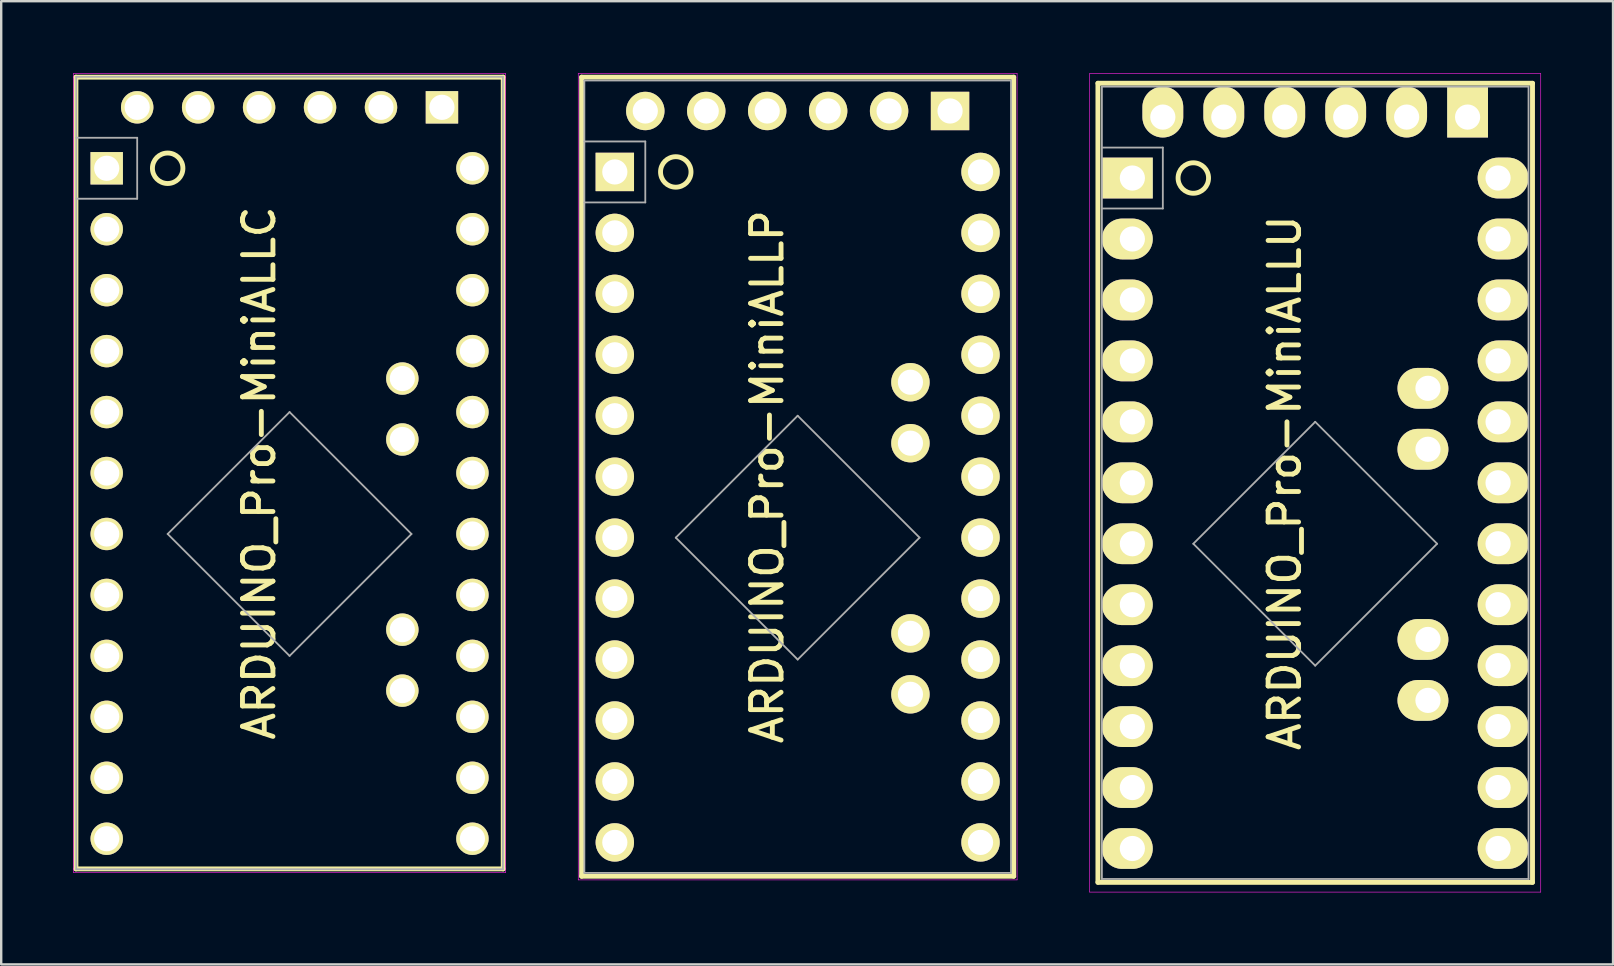
<source format=kicad_pcb>
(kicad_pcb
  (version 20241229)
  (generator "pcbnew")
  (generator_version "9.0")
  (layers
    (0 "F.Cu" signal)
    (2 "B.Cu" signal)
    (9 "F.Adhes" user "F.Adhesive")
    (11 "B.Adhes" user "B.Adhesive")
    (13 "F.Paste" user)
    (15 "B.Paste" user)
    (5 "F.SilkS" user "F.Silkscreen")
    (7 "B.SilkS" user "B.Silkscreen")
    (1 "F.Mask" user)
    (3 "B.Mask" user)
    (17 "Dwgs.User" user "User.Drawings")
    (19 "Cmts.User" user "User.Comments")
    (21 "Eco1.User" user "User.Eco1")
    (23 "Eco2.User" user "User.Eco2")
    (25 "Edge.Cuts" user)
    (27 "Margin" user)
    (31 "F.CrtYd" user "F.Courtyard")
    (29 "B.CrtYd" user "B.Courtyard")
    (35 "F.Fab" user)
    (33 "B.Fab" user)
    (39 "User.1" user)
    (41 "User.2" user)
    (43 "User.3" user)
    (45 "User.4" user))
  (footprint "ARDUINO_Pro-MiniALLP"
    (layer "F.Cu")
    (at 30.191 16.815)
    (property "Reference" "ARDUINO_Pro-MiniALLP" (at -1.27 0 90) (layer "F.SilkS") (effects (font (size 1.27 1.27) (thickness 0.203))))
    (attr through_hole)
    (fp_line (start -9.004 -16.65) (end 9.004 -16.65) (stroke (width 0.203) (type solid)) (layer "F.SilkS"))
    (fp_line (start -9.004 16.65) (end -9.004 -16.65) (stroke (width 0.203) (type solid)) (layer "F.SilkS"))
    (fp_line (start 9.004 -16.65) (end 9.004 16.65) (stroke (width 0.203) (type solid)) (layer "F.SilkS"))
    (fp_line (start 9.004 16.65) (end -9.004 16.65) (stroke (width 0.203) (type solid)) (layer "F.SilkS"))
    (fp_circle (center -5.08 -12.7) (end -4.445 -12.7) (stroke (width 0.203) (type solid)) (fill no) (layer "F.SilkS"))
    (fp_line (start -9.144 -16.802) (end 9.144 -16.802) (stroke (width 0.025) (type solid)) (layer "F.CrtYd"))
    (fp_line (start -9.144 16.802) (end -9.144 -16.802) (stroke (width 0.025) (type solid)) (layer "F.CrtYd"))
    (fp_line (start 9.144 -16.802) (end 9.144 16.802) (stroke (width 0.025) (type solid)) (layer "F.CrtYd"))
    (fp_line (start 9.144 16.802) (end -9.144 16.802) (stroke (width 0.025) (type solid)) (layer "F.CrtYd"))
    (fp_line (start -8.89 -16.51) (end 8.89 -16.51) (stroke (width 0.076) (type solid)) (layer "F.Fab"))
    (fp_line (start -8.89 -13.97) (end -6.35 -13.97) (stroke (width 0.076) (type solid)) (layer "F.Fab"))
    (fp_line (start -8.89 16.51) (end -8.89 -16.51) (stroke (width 0.076) (type solid)) (layer "F.Fab"))
    (fp_line (start -6.35 -13.97) (end -6.35 -11.43) (stroke (width 0.076) (type solid)) (layer "F.Fab"))
    (fp_line (start -6.35 -11.43) (end -8.89 -11.43) (stroke (width 0.076) (type solid)) (layer "F.Fab"))
    (fp_line (start -5.08 2.54) (end 0 7.62) (stroke (width 0.076) (type solid)) (layer "F.Fab"))
    (fp_line (start 0 -2.54) (end -5.08 2.54) (stroke (width 0.076) (type solid)) (layer "F.Fab"))
    (fp_line (start 0 7.62) (end 5.08 2.54) (stroke (width 0.076) (type solid)) (layer "F.Fab"))
    (fp_line (start 5.08 2.54) (end 0 -2.54) (stroke (width 0.076) (type solid)) (layer "F.Fab"))
    (fp_line (start 8.89 -16.51) (end 8.89 16.51) (stroke (width 0.076) (type solid)) (layer "F.Fab"))
    (fp_line (start 8.89 16.51) (end -8.89 16.51) (stroke (width 0.076) (type solid)) (layer "F.Fab"))
    (pad "1" thru_hole rect (at -7.62 -12.7) (size 1.6 1.6) (drill 1.05) (layers "*.Cu" "*.Mask" "F.SilkS"))
    (pad "2" thru_hole circle (at -7.62 -10.16) (size 1.6 1.6) (drill 1.05) (layers "*.Cu" "*.Mask" "F.SilkS"))
    (pad "3" thru_hole circle (at -7.62 -7.62) (size 1.6 1.6) (drill 1.05) (layers "*.Cu" "*.Mask" "F.SilkS"))
    (pad "4" thru_hole circle (at -7.62 -5.08) (size 1.6 1.6) (drill 1.05) (layers "*.Cu" "*.Mask" "F.SilkS"))
    (pad "5" thru_hole circle (at -7.62 -2.54) (size 1.6 1.6) (drill 1.05) (layers "*.Cu" "*.Mask" "F.SilkS"))
    (pad "6" thru_hole circle (at -7.62 0) (size 1.6 1.6) (drill 1.05) (layers "*.Cu" "*.Mask" "F.SilkS"))
    (pad "7" thru_hole circle (at -7.62 2.54) (size 1.6 1.6) (drill 1.05) (layers "*.Cu" "*.Mask" "F.SilkS"))
    (pad "8" thru_hole circle (at -7.62 5.08) (size 1.6 1.6) (drill 1.05) (layers "*.Cu" "*.Mask" "F.SilkS"))
    (pad "9" thru_hole circle (at -7.62 7.62) (size 1.6 1.6) (drill 1.05) (layers "*.Cu" "*.Mask" "F.SilkS"))
    (pad "10" thru_hole circle (at -7.62 10.16) (size 1.6 1.6) (drill 1.05) (layers "*.Cu" "*.Mask" "F.SilkS"))
    (pad "11" thru_hole circle (at -7.62 12.7) (size 1.6 1.6) (drill 1.05) (layers "*.Cu" "*.Mask" "F.SilkS"))
    (pad "12" thru_hole circle (at -7.62 15.24) (size 1.6 1.6) (drill 1.05) (layers "*.Cu" "*.Mask" "F.SilkS"))
    (pad "13" thru_hole circle (at 7.62 15.24) (size 1.6 1.6) (drill 1.05) (layers "*.Cu" "*.Mask" "F.SilkS"))
    (pad "14" thru_hole circle (at 7.62 12.7) (size 1.6 1.6) (drill 1.05) (layers "*.Cu" "*.Mask" "F.SilkS"))
    (pad "15" thru_hole circle (at 7.62 10.16) (size 1.6 1.6) (drill 1.05) (layers "*.Cu" "*.Mask" "F.SilkS"))
    (pad "16" thru_hole circle (at 7.62 7.62) (size 1.6 1.6) (drill 1.05) (layers "*.Cu" "*.Mask" "F.SilkS"))
    (pad "17" thru_hole circle (at 7.62 5.08) (size 1.6 1.6) (drill 1.05) (layers "*.Cu" "*.Mask" "F.SilkS"))
    (pad "18" thru_hole circle (at 7.62 2.54) (size 1.6 1.6) (drill 1.05) (layers "*.Cu" "*.Mask" "F.SilkS"))
    (pad "19" thru_hole circle (at 7.62 0) (size 1.6 1.6) (drill 1.05) (layers "*.Cu" "*.Mask" "F.SilkS"))
    (pad "20" thru_hole circle (at 7.62 -2.54) (size 1.6 1.6) (drill 1.05) (layers "*.Cu" "*.Mask" "F.SilkS"))
    (pad "21" thru_hole circle (at 7.62 -5.08) (size 1.6 1.6) (drill 1.05) (layers "*.Cu" "*.Mask" "F.SilkS"))
    (pad "22" thru_hole circle (at 7.62 -7.62) (size 1.6 1.6) (drill 1.05) (layers "*.Cu" "*.Mask" "F.SilkS"))
    (pad "23" thru_hole circle (at 7.62 -10.16) (size 1.6 1.6) (drill 1.05) (layers "*.Cu" "*.Mask" "F.SilkS"))
    (pad "24" thru_hole circle (at 7.62 -12.7) (size 1.6 1.6) (drill 1.05) (layers "*.Cu" "*.Mask" "F.SilkS"))
    (pad "A4" thru_hole circle (at 4.699 -1.397) (size 1.6 1.6) (drill 1.05) (layers "*.Cu" "*.Mask" "F.SilkS"))
    (pad "A5" thru_hole circle (at 4.699 -3.937) (size 1.6 1.6) (drill 1.05) (layers "*.Cu" "*.Mask" "F.SilkS"))
    (pad "A6" thru_hole circle (at 4.699 9.068) (size 1.6 1.6) (drill 1.05) (layers "*.Cu" "*.Mask" "F.SilkS"))
    (pad "A7" thru_hole circle (at 4.699 6.528) (size 1.6 1.6) (drill 1.05) (layers "*.Cu" "*.Mask" "F.SilkS"))
    (pad "PRG1" thru_hole rect (at 6.35 -15.24) (size 1.6 1.6) (drill 1.05) (layers "*.Cu" "*.Mask" "F.SilkS"))
    (pad "PRG2" thru_hole circle (at 3.81 -15.24) (size 1.6 1.6) (drill 1.05) (layers "*.Cu" "*.Mask" "F.SilkS"))
    (pad "PRG3" thru_hole circle (at 1.27 -15.24) (size 1.6 1.6) (drill 1.05) (layers "*.Cu" "*.Mask" "F.SilkS"))
    (pad "PRG4" thru_hole circle (at -1.27 -15.24) (size 1.6 1.6) (drill 1.05) (layers "*.Cu" "*.Mask" "F.SilkS"))
    (pad "PRG5" thru_hole circle (at -3.81 -15.24) (size 1.6 1.6) (drill 1.05) (layers "*.Cu" "*.Mask" "F.SilkS"))
    (pad "PRG6" thru_hole circle (at -6.35 -15.24) (size 1.6 1.6) (drill 1.05) (layers "*.Cu" "*.Mask" "F.SilkS")))
  (footprint "ARDUINO_Pro-MiniALLC"
    (layer "F.Cu")
    (at 9.017 16.662)
    (property "Reference" "ARDUINO_Pro-MiniALLC" (at -1.27 0 90) (layer "F.SilkS") (effects (font (size 1.27 1.27) (thickness 0.203))))
    (attr through_hole)
    (fp_line (start -8.903 -16.497) (end 8.903 -16.497) (stroke (width 0.203) (type solid)) (layer "F.SilkS"))
    (fp_line (start -8.903 16.497) (end -8.903 -16.497) (stroke (width 0.203) (type solid)) (layer "F.SilkS"))
    (fp_line (start 8.903 -16.497) (end 8.903 16.497) (stroke (width 0.203) (type solid)) (layer "F.SilkS"))
    (fp_line (start 8.903 16.497) (end -8.903 16.497) (stroke (width 0.203) (type solid)) (layer "F.SilkS"))
    (fp_circle (center -5.08 -12.7) (end -4.445 -12.7) (stroke (width 0.203) (type solid)) (fill no) (layer "F.SilkS"))
    (fp_line (start -9.004 -16.65) (end 9.004 -16.65) (stroke (width 0.025) (type solid)) (layer "F.CrtYd"))
    (fp_line (start -9.004 16.65) (end -9.004 -16.65) (stroke (width 0.025) (type solid)) (layer "F.CrtYd"))
    (fp_line (start 9.004 -16.65) (end 9.004 16.65) (stroke (width 0.025) (type solid)) (layer "F.CrtYd"))
    (fp_line (start 9.004 16.65) (end -9.004 16.65) (stroke (width 0.025) (type solid)) (layer "F.CrtYd"))
    (fp_line (start -8.89 -16.51) (end 8.89 -16.51) (stroke (width 0.076) (type solid)) (layer "F.Fab"))
    (fp_line (start -8.89 -13.97) (end -6.35 -13.97) (stroke (width 0.076) (type solid)) (layer "F.Fab"))
    (fp_line (start -8.89 16.51) (end -8.89 -16.51) (stroke (width 0.076) (type solid)) (layer "F.Fab"))
    (fp_line (start -6.35 -13.97) (end -6.35 -11.43) (stroke (width 0.076) (type solid)) (layer "F.Fab"))
    (fp_line (start -6.35 -11.43) (end -8.89 -11.43) (stroke (width 0.076) (type solid)) (layer "F.Fab"))
    (fp_line (start -5.08 2.54) (end 0 7.62) (stroke (width 0.076) (type solid)) (layer "F.Fab"))
    (fp_line (start 0 -2.54) (end -5.08 2.54) (stroke (width 0.076) (type solid)) (layer "F.Fab"))
    (fp_line (start 0 7.62) (end 5.08 2.54) (stroke (width 0.076) (type solid)) (layer "F.Fab"))
    (fp_line (start 5.08 2.54) (end 0 -2.54) (stroke (width 0.076) (type solid)) (layer "F.Fab"))
    (fp_line (start 8.89 -16.51) (end 8.89 16.51) (stroke (width 0.076) (type solid)) (layer "F.Fab"))
    (fp_line (start 8.89 16.51) (end -8.89 16.51) (stroke (width 0.076) (type solid)) (layer "F.Fab"))
    (pad "1" thru_hole rect (at -7.62 -12.7) (size 1.35 1.35) (drill 1.05) (layers "*.Cu" "*.Mask" "F.SilkS"))
    (pad "2" thru_hole circle (at -7.62 -10.16) (size 1.35 1.35) (drill 1.05) (layers "*.Cu" "*.Mask" "F.SilkS"))
    (pad "3" thru_hole circle (at -7.62 -7.62) (size 1.35 1.35) (drill 1.05) (layers "*.Cu" "*.Mask" "F.SilkS"))
    (pad "4" thru_hole circle (at -7.62 -5.08) (size 1.35 1.35) (drill 1.05) (layers "*.Cu" "*.Mask" "F.SilkS"))
    (pad "5" thru_hole circle (at -7.62 -2.54) (size 1.35 1.35) (drill 1.05) (layers "*.Cu" "*.Mask" "F.SilkS"))
    (pad "6" thru_hole circle (at -7.62 0) (size 1.35 1.35) (drill 1.05) (layers "*.Cu" "*.Mask" "F.SilkS"))
    (pad "7" thru_hole circle (at -7.62 2.54) (size 1.35 1.35) (drill 1.05) (layers "*.Cu" "*.Mask" "F.SilkS"))
    (pad "8" thru_hole circle (at -7.62 5.08) (size 1.35 1.35) (drill 1.05) (layers "*.Cu" "*.Mask" "F.SilkS"))
    (pad "9" thru_hole circle (at -7.62 7.62) (size 1.35 1.35) (drill 1.05) (layers "*.Cu" "*.Mask" "F.SilkS"))
    (pad "10" thru_hole circle (at -7.62 10.16) (size 1.35 1.35) (drill 1.05) (layers "*.Cu" "*.Mask" "F.SilkS"))
    (pad "11" thru_hole circle (at -7.62 12.7) (size 1.35 1.35) (drill 1.05) (layers "*.Cu" "*.Mask" "F.SilkS"))
    (pad "12" thru_hole circle (at -7.62 15.24) (size 1.35 1.35) (drill 1.05) (layers "*.Cu" "*.Mask" "F.SilkS"))
    (pad "13" thru_hole circle (at 7.62 15.24) (size 1.35 1.35) (drill 1.05) (layers "*.Cu" "*.Mask" "F.SilkS"))
    (pad "14" thru_hole circle (at 7.62 12.7) (size 1.35 1.35) (drill 1.05) (layers "*.Cu" "*.Mask" "F.SilkS"))
    (pad "15" thru_hole circle (at 7.62 10.16) (size 1.35 1.35) (drill 1.05) (layers "*.Cu" "*.Mask" "F.SilkS"))
    (pad "16" thru_hole circle (at 7.62 7.62) (size 1.35 1.35) (drill 1.05) (layers "*.Cu" "*.Mask" "F.SilkS"))
    (pad "17" thru_hole circle (at 7.62 5.08) (size 1.35 1.35) (drill 1.05) (layers "*.Cu" "*.Mask" "F.SilkS"))
    (pad "18" thru_hole circle (at 7.62 2.54) (size 1.35 1.35) (drill 1.05) (layers "*.Cu" "*.Mask" "F.SilkS"))
    (pad "19" thru_hole circle (at 7.62 0) (size 1.35 1.35) (drill 1.05) (layers "*.Cu" "*.Mask" "F.SilkS"))
    (pad "20" thru_hole circle (at 7.62 -2.54) (size 1.35 1.35) (drill 1.05) (layers "*.Cu" "*.Mask" "F.SilkS"))
    (pad "21" thru_hole circle (at 7.62 -5.08) (size 1.35 1.35) (drill 1.05) (layers "*.Cu" "*.Mask" "F.SilkS"))
    (pad "22" thru_hole circle (at 7.62 -7.62) (size 1.35 1.35) (drill 1.05) (layers "*.Cu" "*.Mask" "F.SilkS"))
    (pad "23" thru_hole circle (at 7.62 -10.16) (size 1.35 1.35) (drill 1.05) (layers "*.Cu" "*.Mask" "F.SilkS"))
    (pad "24" thru_hole circle (at 7.62 -12.7) (size 1.35 1.35) (drill 1.05) (layers "*.Cu" "*.Mask" "F.SilkS"))
    (pad "A4" thru_hole circle (at 4.699 -1.397) (size 1.35 1.35) (drill 1.05) (layers "*.Cu" "*.Mask" "F.SilkS"))
    (pad "A5" thru_hole circle (at 4.699 -3.937) (size 1.35 1.35) (drill 1.05) (layers "*.Cu" "*.Mask" "F.SilkS"))
    (pad "A6" thru_hole circle (at 4.699 9.068) (size 1.35 1.35) (drill 1.05) (layers "*.Cu" "*.Mask" "F.SilkS"))
    (pad "A7" thru_hole circle (at 4.699 6.528) (size 1.35 1.35) (drill 1.05) (layers "*.Cu" "*.Mask" "F.SilkS"))
    (pad "PRG1" thru_hole rect (at 6.35 -15.24) (size 1.35 1.35) (drill 1.05) (layers "*.Cu" "*.Mask" "F.SilkS"))
    (pad "PRG2" thru_hole circle (at 3.81 -15.24) (size 1.35 1.35) (drill 1.05) (layers "*.Cu" "*.Mask" "F.SilkS"))
    (pad "PRG3" thru_hole circle (at 1.27 -15.24) (size 1.35 1.35) (drill 1.05) (layers "*.Cu" "*.Mask" "F.SilkS"))
    (pad "PRG4" thru_hole circle (at -1.27 -15.24) (size 1.35 1.35) (drill 1.05) (layers "*.Cu" "*.Mask" "F.SilkS"))
    (pad "PRG5" thru_hole circle (at -3.81 -15.24) (size 1.35 1.35) (drill 1.05) (layers "*.Cu" "*.Mask" "F.SilkS"))
    (pad "PRG6" thru_hole circle (at -6.35 -15.24) (size 1.35 1.35) (drill 1.05) (layers "*.Cu" "*.Mask" "F.SilkS")))
  (footprint "ARDUINO_Pro-MiniALLU"
    (layer "F.Cu")
    (at 51.758 17.069)
    (property "Reference" "ARDUINO_Pro-MiniALLU" (at -1.27 0 90) (layer "F.SilkS") (effects (font (size 1.27 1.27) (thickness 0.203))))
    (attr through_hole)
    (fp_line (start -9.055 -16.65) (end 9.055 -16.65) (stroke (width 0.203) (type solid)) (layer "F.SilkS"))
    (fp_line (start -9.055 16.65) (end -9.055 -16.65) (stroke (width 0.203) (type solid)) (layer "F.SilkS"))
    (fp_line (start 9.055 -16.65) (end 9.055 16.65) (stroke (width 0.203) (type solid)) (layer "F.SilkS"))
    (fp_line (start 9.055 16.65) (end -9.055 16.65) (stroke (width 0.203) (type solid)) (layer "F.SilkS"))
    (fp_circle (center -5.08 -12.7) (end -4.445 -12.7) (stroke (width 0.203) (type solid)) (fill no) (layer "F.SilkS"))
    (fp_line (start -9.398 -17.056) (end 9.398 -17.056) (stroke (width 0.025) (type solid)) (layer "F.CrtYd"))
    (fp_line (start -9.398 17.056) (end -9.398 -17.056) (stroke (width 0.025) (type solid)) (layer "F.CrtYd"))
    (fp_line (start 9.398 -17.056) (end 9.398 17.056) (stroke (width 0.025) (type solid)) (layer "F.CrtYd"))
    (fp_line (start 9.398 17.056) (end -9.398 17.056) (stroke (width 0.025) (type solid)) (layer "F.CrtYd"))
    (fp_line (start -8.89 -16.51) (end 8.89 -16.51) (stroke (width 0.076) (type solid)) (layer "F.Fab"))
    (fp_line (start -8.89 -13.97) (end -6.35 -13.97) (stroke (width 0.076) (type solid)) (layer "F.Fab"))
    (fp_line (start -8.89 16.51) (end -8.89 -16.51) (stroke (width 0.076) (type solid)) (layer "F.Fab"))
    (fp_line (start -6.35 -13.97) (end -6.35 -11.43) (stroke (width 0.076) (type solid)) (layer "F.Fab"))
    (fp_line (start -6.35 -11.43) (end -8.89 -11.43) (stroke (width 0.076) (type solid)) (layer "F.Fab"))
    (fp_line (start -5.08 2.54) (end 0 7.62) (stroke (width 0.076) (type solid)) (layer "F.Fab"))
    (fp_line (start 0 -2.54) (end -5.08 2.54) (stroke (width 0.076) (type solid)) (layer "F.Fab"))
    (fp_line (start 0 7.62) (end 5.08 2.54) (stroke (width 0.076) (type solid)) (layer "F.Fab"))
    (fp_line (start 5.08 2.54) (end 0 -2.54) (stroke (width 0.076) (type solid)) (layer "F.Fab"))
    (fp_line (start 8.89 -16.51) (end 8.89 16.51) (stroke (width 0.076) (type solid)) (layer "F.Fab"))
    (fp_line (start 8.89 16.51) (end -8.89 16.51) (stroke (width 0.076) (type solid)) (layer "F.Fab"))
    (pad "1" thru_hole rect (at -7.62 -12.7 180) (size 2.12 1.7) (drill 1.05 (offset 0.21 0)) (layers "*.Cu" "*.Mask" "F.SilkS"))
    (pad "2" thru_hole oval (at -7.62 -10.16 180) (size 2.12 1.7) (drill 1.05 (offset 0.21 0)) (layers "*.Cu" "*.Mask" "F.SilkS"))
    (pad "3" thru_hole oval (at -7.62 -7.62 180) (size 2.12 1.7) (drill 1.05 (offset 0.21 0)) (layers "*.Cu" "*.Mask" "F.SilkS"))
    (pad "4" thru_hole oval (at -7.62 -5.08 180) (size 2.12 1.7) (drill 1.05 (offset 0.21 0)) (layers "*.Cu" "*.Mask" "F.SilkS"))
    (pad "5" thru_hole oval (at -7.62 -2.54 180) (size 2.12 1.7) (drill 1.05 (offset 0.21 0)) (layers "*.Cu" "*.Mask" "F.SilkS"))
    (pad "6" thru_hole oval (at -7.62 0 180) (size 2.12 1.7) (drill 1.05 (offset 0.21 0)) (layers "*.Cu" "*.Mask" "F.SilkS"))
    (pad "7" thru_hole oval (at -7.62 2.54 180) (size 2.12 1.7) (drill 1.05 (offset 0.21 0)) (layers "*.Cu" "*.Mask" "F.SilkS"))
    (pad "8" thru_hole oval (at -7.62 5.08 180) (size 2.12 1.7) (drill 1.05 (offset 0.21 0)) (layers "*.Cu" "*.Mask" "F.SilkS"))
    (pad "9" thru_hole oval (at -7.62 7.62 180) (size 2.12 1.7) (drill 1.05 (offset 0.21 0)) (layers "*.Cu" "*.Mask" "F.SilkS"))
    (pad "10" thru_hole oval (at -7.62 10.16 180) (size 2.12 1.7) (drill 1.05 (offset 0.21 0)) (layers "*.Cu" "*.Mask" "F.SilkS"))
    (pad "11" thru_hole oval (at -7.62 12.7 180) (size 2.12 1.7) (drill 1.05 (offset 0.21 0)) (layers "*.Cu" "*.Mask" "F.SilkS"))
    (pad "12" thru_hole oval (at -7.62 15.24 180) (size 2.12 1.7) (drill 1.05 (offset 0.21 0)) (layers "*.Cu" "*.Mask" "F.SilkS"))
    (pad "13" thru_hole oval (at 7.62 15.24) (size 2.12 1.7) (drill 1.05 (offset 0.21 0)) (layers "*.Cu" "*.Mask" "F.SilkS"))
    (pad "14" thru_hole oval (at 7.62 12.7) (size 2.12 1.7) (drill 1.05 (offset 0.21 0)) (layers "*.Cu" "*.Mask" "F.SilkS"))
    (pad "15" thru_hole oval (at 7.62 10.16) (size 2.12 1.7) (drill 1.05 (offset 0.21 0)) (layers "*.Cu" "*.Mask" "F.SilkS"))
    (pad "16" thru_hole oval (at 7.62 7.62) (size 2.12 1.7) (drill 1.05 (offset 0.21 0)) (layers "*.Cu" "*.Mask" "F.SilkS"))
    (pad "17" thru_hole oval (at 7.62 5.08) (size 2.12 1.7) (drill 1.05 (offset 0.21 0)) (layers "*.Cu" "*.Mask" "F.SilkS"))
    (pad "18" thru_hole oval (at 7.62 2.54) (size 2.12 1.7) (drill 1.05 (offset 0.21 0)) (layers "*.Cu" "*.Mask" "F.SilkS"))
    (pad "19" thru_hole oval (at 7.62 0) (size 2.12 1.7) (drill 1.05 (offset 0.21 0)) (layers "*.Cu" "*.Mask" "F.SilkS"))
    (pad "20" thru_hole oval (at 7.62 -2.54) (size 2.12 1.7) (drill 1.05 (offset 0.21 0)) (layers "*.Cu" "*.Mask" "F.SilkS"))
    (pad "21" thru_hole oval (at 7.62 -5.08) (size 2.12 1.7) (drill 1.05 (offset 0.21 0)) (layers "*.Cu" "*.Mask" "F.SilkS"))
    (pad "22" thru_hole oval (at 7.62 -7.62) (size 2.12 1.7) (drill 1.05 (offset 0.21 0)) (layers "*.Cu" "*.Mask" "F.SilkS"))
    (pad "23" thru_hole oval (at 7.62 -10.16) (size 2.12 1.7) (drill 1.05 (offset 0.21 0)) (layers "*.Cu" "*.Mask" "F.SilkS"))
    (pad "24" thru_hole oval (at 7.62 -12.7) (size 2.12 1.7) (drill 1.05 (offset 0.21 0)) (layers "*.Cu" "*.Mask" "F.SilkS"))
    (pad "A4" thru_hole oval (at 4.699 -1.397 180) (size 2.12 1.7) (drill 1.05 (offset 0.21 0)) (layers "*.Cu" "*.Mask" "F.SilkS"))
    (pad "A5" thru_hole oval (at 4.699 -3.937 180) (size 2.12 1.7) (drill 1.05 (offset 0.21 0)) (layers "*.Cu" "*.Mask" "F.SilkS"))
    (pad "A6" thru_hole oval (at 4.699 9.068 180) (size 2.12 1.7) (drill 1.05 (offset 0.21 0)) (layers "*.Cu" "*.Mask" "F.SilkS"))
    (pad "A7" thru_hole oval (at 4.699 6.528 180) (size 2.12 1.7) (drill 1.05 (offset 0.21 0)) (layers "*.Cu" "*.Mask" "F.SilkS"))
    (pad "PRG1" thru_hole rect (at 6.35 -15.24 90) (size 2.12 1.7) (drill 1.05 (offset 0.21 0)) (layers "*.Cu" "*.Mask" "F.SilkS"))
    (pad "PRG2" thru_hole oval (at 3.81 -15.24 90) (size 2.12 1.7) (drill 1.05 (offset 0.21 0)) (layers "*.Cu" "*.Mask" "F.SilkS"))
    (pad "PRG3" thru_hole oval (at 1.27 -15.24 90) (size 2.12 1.7) (drill 1.05 (offset 0.21 0)) (layers "*.Cu" "*.Mask" "F.SilkS"))
    (pad "PRG4" thru_hole oval (at -1.27 -15.24 90) (size 2.12 1.7) (drill 1.05 (offset 0.21 0)) (layers "*.Cu" "*.Mask" "F.SilkS"))
    (pad "PRG5" thru_hole oval (at -3.81 -15.24 90) (size 2.12 1.7) (drill 1.05 (offset 0.21 0)) (layers "*.Cu" "*.Mask" "F.SilkS"))
    (pad "PRG6" thru_hole oval (at -6.35 -15.24 90) (size 2.12 1.7) (drill 1.05 (offset 0.21 0)) (layers "*.Cu" "*.Mask" "F.SilkS")))
  (gr_rect
    (start -3 -3)
    (end 64.169 37.138)
    (stroke (width 0.1) (type default))
    (fill no)
    (layer "Edge.Cuts")))
</source>
